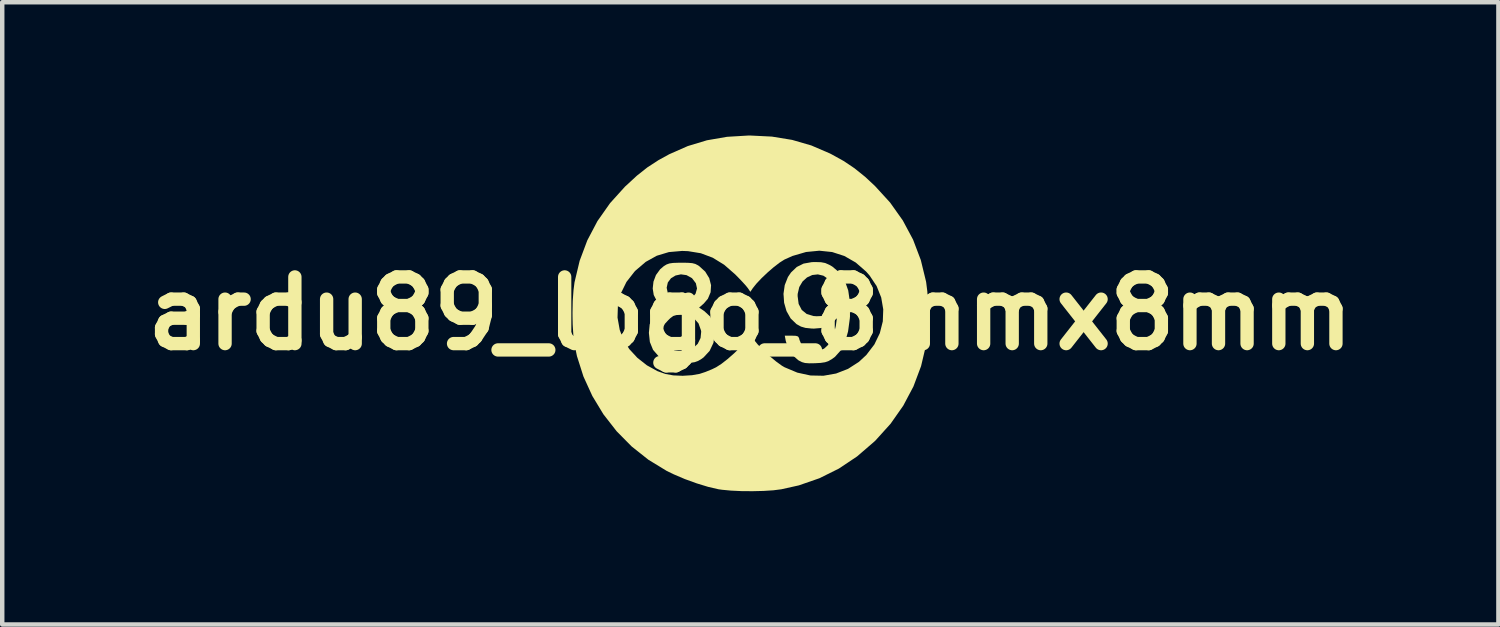
<source format=kicad_pcb>
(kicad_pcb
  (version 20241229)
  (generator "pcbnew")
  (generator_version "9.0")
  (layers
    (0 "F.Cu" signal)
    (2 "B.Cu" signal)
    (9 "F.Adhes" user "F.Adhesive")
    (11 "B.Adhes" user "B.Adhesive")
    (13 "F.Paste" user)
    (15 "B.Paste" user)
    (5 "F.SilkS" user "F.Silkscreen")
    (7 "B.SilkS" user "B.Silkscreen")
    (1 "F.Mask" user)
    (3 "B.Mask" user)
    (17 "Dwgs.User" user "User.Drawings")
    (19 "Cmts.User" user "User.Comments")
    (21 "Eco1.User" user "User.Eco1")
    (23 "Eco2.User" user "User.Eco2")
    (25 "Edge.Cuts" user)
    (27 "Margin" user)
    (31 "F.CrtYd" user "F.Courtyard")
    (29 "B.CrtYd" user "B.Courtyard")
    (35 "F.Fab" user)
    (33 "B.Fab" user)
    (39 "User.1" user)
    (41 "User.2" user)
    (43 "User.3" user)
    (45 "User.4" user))
  (footprint "ardu89_logo_8mmx8mm"
    (layer "F.Cu")
    (at 13.836 4.004)
    (property "Reference" "ardu89_logo_8mmx8mm" (at 0 0 0) (layer "F.SilkS") (effects (font (size 1.5 1.5) (thickness 0.3))))
    (attr board_only exclude_from_pos_files exclude_from_bom)
    (fp_poly (pts (xy 1.59 -1.153) (xy 1.685 -1.135) (xy 1.776 -1.095) (xy 1.844 -1.056) (xy 2.003 -0.923) (xy 2.123 -0.743) (xy 2.203 -0.517) (xy 2.242 -0.246) (xy 2.242 0.069) (xy 2.238 0.117) (xy 2.199 0.406) (xy 2.132 0.643) (xy 2.034 0.832) (xy 1.905 0.976) (xy 1.84 1.024) (xy 1.761 1.07) (xy 1.682 1.098) (xy 1.581 1.113) (xy 1.457 1.12) (xy 1.323 1.122) (xy 1.231 1.115) (xy 1.16 1.095) (xy 1.09 1.059) (xy 1.079 1.052) (xy 0.948 0.938) (xy 0.849 0.782) (xy 0.797 0.618) (xy 0.775 0.5) (xy 0.931 0.5) (xy 1.024 0.503) (xy 1.073 0.518) (xy 1.096 0.554) (xy 1.106 0.595) (xy 1.159 0.722) (xy 1.256 0.806) (xy 1.391 0.843) (xy 1.425 0.845) (xy 1.541 0.832) (xy 1.644 0.799) (xy 1.662 0.79) (xy 1.744 0.714) (xy 1.821 0.592) (xy 1.883 0.444) (xy 1.923 0.285) (xy 1.926 0.266) (xy 1.947 0.109) (xy 1.873 0.176) (xy 1.739 0.274) (xy 1.599 0.327) (xy 1.43 0.341) (xy 1.376 0.339) (xy 1.24 0.325) (xy 1.14 0.296) (xy 1.048 0.245) (xy 1.037 0.238) (xy 0.907 0.112) (xy 0.814 -0.053) (xy 0.76 -0.241) (xy 0.75 -0.391) (xy 1.064 -0.391) (xy 1.087 -0.214) (xy 1.157 -0.079) (xy 1.27 0.013) (xy 1.422 0.058) (xy 1.494 0.063) (xy 1.6 0.058) (xy 1.67 0.039) (xy 1.73 -0.007) (xy 1.767 -0.044) (xy 1.866 -0.191) (xy 1.906 -0.355) (xy 1.887 -0.531) (xy 1.842 -0.648) (xy 1.754 -0.774) (xy 1.643 -0.85) (xy 1.52 -0.879) (xy 1.394 -0.865) (xy 1.275 -0.81) (xy 1.175 -0.719) (xy 1.101 -0.594) (xy 1.065 -0.439) (xy 1.064 -0.391) (xy 0.75 -0.391) (xy 0.746 -0.441) (xy 0.774 -0.638) (xy 0.846 -0.82) (xy 0.915 -0.922) (xy 1.045 -1.046) (xy 1.198 -1.122) (xy 1.385 -1.155) (xy 1.463 -1.157)) (stroke (width 0) (type solid)) (fill yes) (layer "F.SilkS"))
    (fp_poly (pts (xy -1.406 -1.14) (xy -1.308 -1.132) (xy -1.238 -1.114) (xy -1.178 -1.083) (xy -1.152 -1.066) (xy -1.015 -0.941) (xy -0.925 -0.794) (xy -0.884 -0.636) (xy -0.894 -0.477) (xy -0.956 -0.33) (xy -1.048 -0.223) (xy -1.153 -0.131) (xy -1.035 -0.052) (xy -0.91 0.064) (xy -0.832 0.218) (xy -0.802 0.412) (xy -0.801 0.457) (xy -0.831 0.662) (xy -0.916 0.842) (xy -1.051 0.988) (xy -1.102 1.025) (xy -1.176 1.069) (xy -1.251 1.096) (xy -1.345 1.111) (xy -1.479 1.118) (xy -1.499 1.119) (xy -1.652 1.12) (xy -1.763 1.11) (xy -1.851 1.087) (xy -1.892 1.069) (xy -2.068 0.959) (xy -2.19 0.818) (xy -2.261 0.643) (xy -2.283 0.438) (xy -1.971 0.438) (xy -1.966 0.54) (xy -1.944 0.611) (xy -1.892 0.679) (xy -1.849 0.723) (xy -1.771 0.795) (xy -1.706 0.831) (xy -1.624 0.843) (xy -1.56 0.844) (xy -1.389 0.824) (xy -1.288 0.781) (xy -1.184 0.683) (xy -1.12 0.552) (xy -1.106 0.409) (xy -1.111 0.38) (xy -1.166 0.225) (xy -1.265 0.114) (xy -1.406 0.049) (xy -1.56 0.031) (xy -1.663 0.036) (xy -1.735 0.057) (xy -1.802 0.107) (xy -1.849 0.153) (xy -1.921 0.231) (xy -1.957 0.297) (xy -1.97 0.379) (xy -1.971 0.438) (xy -2.283 0.438) (xy -2.283 0.436) (xy -2.265 0.245) (xy -2.208 0.098) (xy -2.107 -0.018) (xy -2.047 -0.061) (xy -1.916 -0.144) (xy -2.003 -0.194) (xy -2.109 -0.288) (xy -2.174 -0.415) (xy -2.197 -0.562) (xy -2.195 -0.579) (xy -1.883 -0.579) (xy -1.856 -0.451) (xy -1.778 -0.355) (xy -1.659 -0.297) (xy -1.54 -0.282) (xy -1.412 -0.297) (xy -1.325 -0.337) (xy -1.233 -0.444) (xy -1.2 -0.562) (xy -1.226 -0.68) (xy -1.31 -0.79) (xy -1.318 -0.797) (xy -1.436 -0.862) (xy -1.562 -0.88) (xy -1.683 -0.854) (xy -1.786 -0.792) (xy -1.857 -0.697) (xy -1.883 -0.579) (xy -2.195 -0.579) (xy -2.18 -0.716) (xy -2.124 -0.865) (xy -2.029 -0.995) (xy -1.948 -1.064) (xy -1.886 -1.102) (xy -1.822 -1.125) (xy -1.74 -1.137) (xy -1.621 -1.141) (xy -1.548 -1.142)) (stroke (width 0) (type solid)) (fill yes) (layer "F.SilkS"))
    (fp_poly (pts (xy 0.485 -3.98) (xy 0.939 -3.906) (xy 1.371 -3.781) (xy 1.79 -3.601) (xy 1.825 -3.583) (xy 2.098 -3.432) (xy 2.344 -3.267) (xy 2.584 -3.074) (xy 2.804 -2.869) (xy 3.145 -2.496) (xy 3.431 -2.093) (xy 3.662 -1.661) (xy 3.836 -1.203) (xy 3.954 -0.718) (xy 3.957 -0.7) (xy 3.983 -0.494) (xy 3.998 -0.247) (xy 4.002 0.019) (xy 3.996 0.284) (xy 3.98 0.526) (xy 3.957 0.7) (xy 3.842 1.186) (xy 3.67 1.644) (xy 3.441 2.076) (xy 3.157 2.481) (xy 2.816 2.859) (xy 2.786 2.887) (xy 2.403 3.217) (xy 1.993 3.491) (xy 1.556 3.708) (xy 1.092 3.869) (xy 0.697 3.957) (xy 0.517 3.98) (xy 0.295 3.994) (xy 0.05 4) (xy -0.2 3.998) (xy -0.435 3.987) (xy -0.636 3.968) (xy -0.72 3.956) (xy -0.948 3.903) (xy -1.206 3.824) (xy -1.474 3.727) (xy -1.727 3.619) (xy -1.883 3.543) (xy -2.293 3.293) (xy -2.67 2.994) (xy -3.009 2.651) (xy -3.306 2.27) (xy -3.556 1.857) (xy -3.756 1.419) (xy -3.902 0.96) (xy -3.957 0.697) (xy -3.983 0.493) (xy -3.998 0.249) (xy -4.001 0.093) (xy -2.989 0.093) (xy -2.939 0.372) (xy -2.857 0.586) (xy -2.725 0.801) (xy -2.543 0.998) (xy -2.327 1.168) (xy -2.089 1.299) (xy -1.911 1.362) (xy -1.733 1.394) (xy -1.524 1.403) (xy -1.313 1.39) (xy -1.143 1.36) (xy -1.012 1.317) (xy -0.865 1.257) (xy -0.77 1.211) (xy -0.653 1.136) (xy -0.513 1.027) (xy -0.364 0.896) (xy -0.223 0.759) (xy -0.105 0.63) (xy -0.065 0.579) (xy 0.005 0.485) (xy 0.07 0.579) (xy 0.162 0.693) (xy 0.288 0.824) (xy 0.432 0.958) (xy 0.578 1.08) (xy 0.71 1.176) (xy 0.77 1.211) (xy 1.058 1.332) (xy 1.352 1.396) (xy 1.645 1.402) (xy 1.929 1.352) (xy 2.197 1.248) (xy 2.443 1.09) (xy 2.61 0.935) (xy 2.791 0.698) (xy 2.914 0.443) (xy 2.981 0.178) (xy 2.991 -0.092) (xy 2.945 -0.359) (xy 2.842 -0.616) (xy 2.682 -0.856) (xy 2.607 -0.941) (xy 2.372 -1.146) (xy 2.116 -1.293) (xy 1.841 -1.382) (xy 1.553 -1.412) (xy 1.254 -1.383) (xy 0.949 -1.294) (xy 0.768 -1.213) (xy 0.662 -1.146) (xy 0.53 -1.045) (xy 0.389 -0.923) (xy 0.252 -0.793) (xy 0.135 -0.669) (xy 0.052 -0.565) (xy 0.052 -0.564) (xy 0 -0.487) (xy -0.052 -0.564) (xy -0.095 -0.618) (xy -0.171 -0.703) (xy -0.268 -0.805) (xy -0.342 -0.88) (xy -0.591 -1.097) (xy -0.846 -1.254) (xy -1.114 -1.355) (xy -1.402 -1.402) (xy -1.535 -1.407) (xy -1.833 -1.381) (xy -2.105 -1.299) (xy -2.354 -1.161) (xy -2.586 -0.963) (xy -2.607 -0.941) (xy -2.788 -0.709) (xy -2.913 -0.454) (xy -2.98 -0.185) (xy -2.989 0.093) (xy -4.001 0.093) (xy -4.002 -0.015) (xy -3.997 -0.278) (xy -3.98 -0.52) (xy -3.957 -0.7) (xy -3.841 -1.186) (xy -3.669 -1.645) (xy -3.441 -2.078) (xy -3.157 -2.482) (xy -2.818 -2.857) (xy -2.804 -2.869) (xy -2.555 -3.099) (xy -2.316 -3.288) (xy -2.067 -3.45) (xy -1.825 -3.583) (xy -1.407 -3.767) (xy -0.977 -3.897) (xy -0.525 -3.975) (xy -0.043 -4.004) (xy 0 -4.004)) (stroke (width 0) (type solid)) (fill yes) (layer "F.SilkS")))
  (gr_rect
    (start -3 -3)
    (end 30.671 11.004)
    (stroke (width 0.1) (type default))
    (fill no)
    (layer "Edge.Cuts")))
</source>
